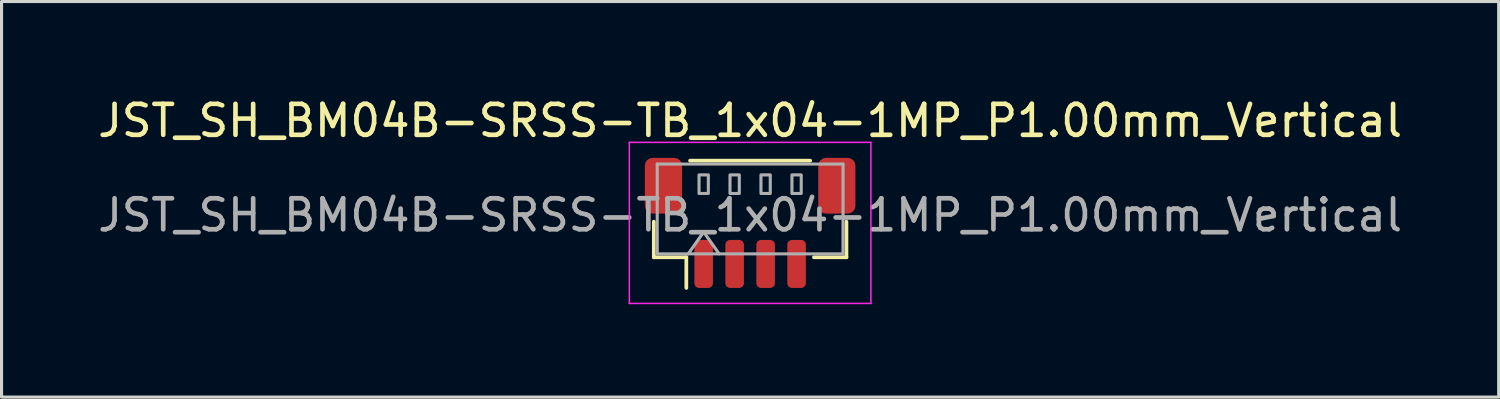
<source format=kicad_pcb>
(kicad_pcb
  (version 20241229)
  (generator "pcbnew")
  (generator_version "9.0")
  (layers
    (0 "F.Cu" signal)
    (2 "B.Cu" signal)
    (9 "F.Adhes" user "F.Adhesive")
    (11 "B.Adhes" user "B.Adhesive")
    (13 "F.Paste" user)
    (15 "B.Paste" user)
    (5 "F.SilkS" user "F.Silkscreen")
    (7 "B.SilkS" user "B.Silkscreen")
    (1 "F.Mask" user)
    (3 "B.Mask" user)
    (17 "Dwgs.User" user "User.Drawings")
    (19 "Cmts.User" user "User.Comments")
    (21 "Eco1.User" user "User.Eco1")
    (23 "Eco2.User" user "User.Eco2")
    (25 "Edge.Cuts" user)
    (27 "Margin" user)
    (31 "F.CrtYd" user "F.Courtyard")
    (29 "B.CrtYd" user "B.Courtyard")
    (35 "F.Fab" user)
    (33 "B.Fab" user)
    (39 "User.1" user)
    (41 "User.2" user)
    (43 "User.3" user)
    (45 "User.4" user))
  (footprint "JST_SH_BM04B-SRSS-TB_1x04-1MP_P1.00mm_Vertical"
    (layer "F.Cu")
    (at 21.173 4.148)
    (property "Reference" "JST_SH_BM04B-SRSS-TB_1x04-1MP_P1.00mm_Vertical" (at 0 -3.3 0) (layer "F.SilkS") (effects (font (size 1 1) (thickness 0.15))))
    (attr smd)
    (fp_line (start -3.11 -0.04) (end -3.11 1.11) (stroke (width 0.12) (type solid)) (layer "F.SilkS"))
    (fp_line (start -3.11 1.11) (end -2.06 1.11) (stroke (width 0.12) (type solid)) (layer "F.SilkS"))
    (fp_line (start -2.06 1.11) (end -2.06 2.1) (stroke (width 0.12) (type solid)) (layer "F.SilkS"))
    (fp_line (start -1.94 -2.01) (end 1.94 -2.01) (stroke (width 0.12) (type solid)) (layer "F.SilkS"))
    (fp_line (start 3.11 -0.04) (end 3.11 1.11) (stroke (width 0.12) (type solid)) (layer "F.SilkS"))
    (fp_line (start 3.11 1.11) (end 2.06 1.11) (stroke (width 0.12) (type solid)) (layer "F.SilkS"))
    (fp_line (start -3.9 -2.6) (end -3.9 2.6) (stroke (width 0.05) (type solid)) (layer "F.CrtYd"))
    (fp_line (start -3.9 2.6) (end 3.9 2.6) (stroke (width 0.05) (type solid)) (layer "F.CrtYd"))
    (fp_line (start 3.9 -2.6) (end -3.9 -2.6) (stroke (width 0.05) (type solid)) (layer "F.CrtYd"))
    (fp_line (start 3.9 2.6) (end 3.9 -2.6) (stroke (width 0.05) (type solid)) (layer "F.CrtYd"))
    (fp_line (start -3 -1.9) (end 3 -1.9) (stroke (width 0.1) (type solid)) (layer "F.Fab"))
    (fp_line (start -3 1) (end -3 -1.9) (stroke (width 0.1) (type solid)) (layer "F.Fab"))
    (fp_line (start -3 1) (end 3 1) (stroke (width 0.1) (type solid)) (layer "F.Fab"))
    (fp_line (start -2 1) (end -1.5 0.293) (stroke (width 0.1) (type solid)) (layer "F.Fab"))
    (fp_line (start -1.5 0.293) (end -1 1) (stroke (width 0.1) (type solid)) (layer "F.Fab"))
    (fp_line (start 3 1) (end 3 -1.9) (stroke (width 0.1) (type solid)) (layer "F.Fab"))
    (fp_rect (start -1.65 -1.55) (end -1.35 -0.95) (stroke (width 0.1) (type solid)) (fill no) (layer "F.Fab"))
    (fp_rect (start -0.65 -1.55) (end -0.35 -0.95) (stroke (width 0.1) (type solid)) (fill no) (layer "F.Fab"))
    (fp_rect (start 0.35 -1.55) (end 0.65 -0.95) (stroke (width 0.1) (type solid)) (fill no) (layer "F.Fab"))
    (fp_rect (start 1.35 -1.55) (end 1.65 -0.95) (stroke (width 0.1) (type solid)) (fill no) (layer "F.Fab"))
    (fp_text user "${REFERENCE}" (at 0 -0.25 0) (layer "F.Fab") (effects (font (size 1 1) (thickness 0.15))))
    (pad "1" smd roundrect (at -1.5 1.325) (size 0.6 1.55) (layers "F.Cu" "F.Mask" "F.Paste") (roundrect_rratio 0.25))
    (pad "2" smd roundrect (at -0.5 1.325) (size 0.6 1.55) (layers "F.Cu" "F.Mask" "F.Paste") (roundrect_rratio 0.25))
    (pad "3" smd roundrect (at 0.5 1.325) (size 0.6 1.55) (layers "F.Cu" "F.Mask" "F.Paste") (roundrect_rratio 0.25))
    (pad "4" smd roundrect (at 1.5 1.325) (size 0.6 1.55) (layers "F.Cu" "F.Mask" "F.Paste") (roundrect_rratio 0.25))
    (pad "MP" smd roundrect (at -2.8 -1.2) (size 1.2 1.8) (layers "F.Cu" "F.Mask" "F.Paste") (roundrect_rratio 0.208))
    (pad "MP" smd roundrect (at 2.8 -1.2) (size 1.2 1.8) (layers "F.Cu" "F.Mask" "F.Paste") (roundrect_rratio 0.208)))
  (gr_rect
    (start -3 -3)
    (end 45.345 9.773)
    (stroke (width 0.1) (type default))
    (fill no)
    (layer "Edge.Cuts")))
</source>
